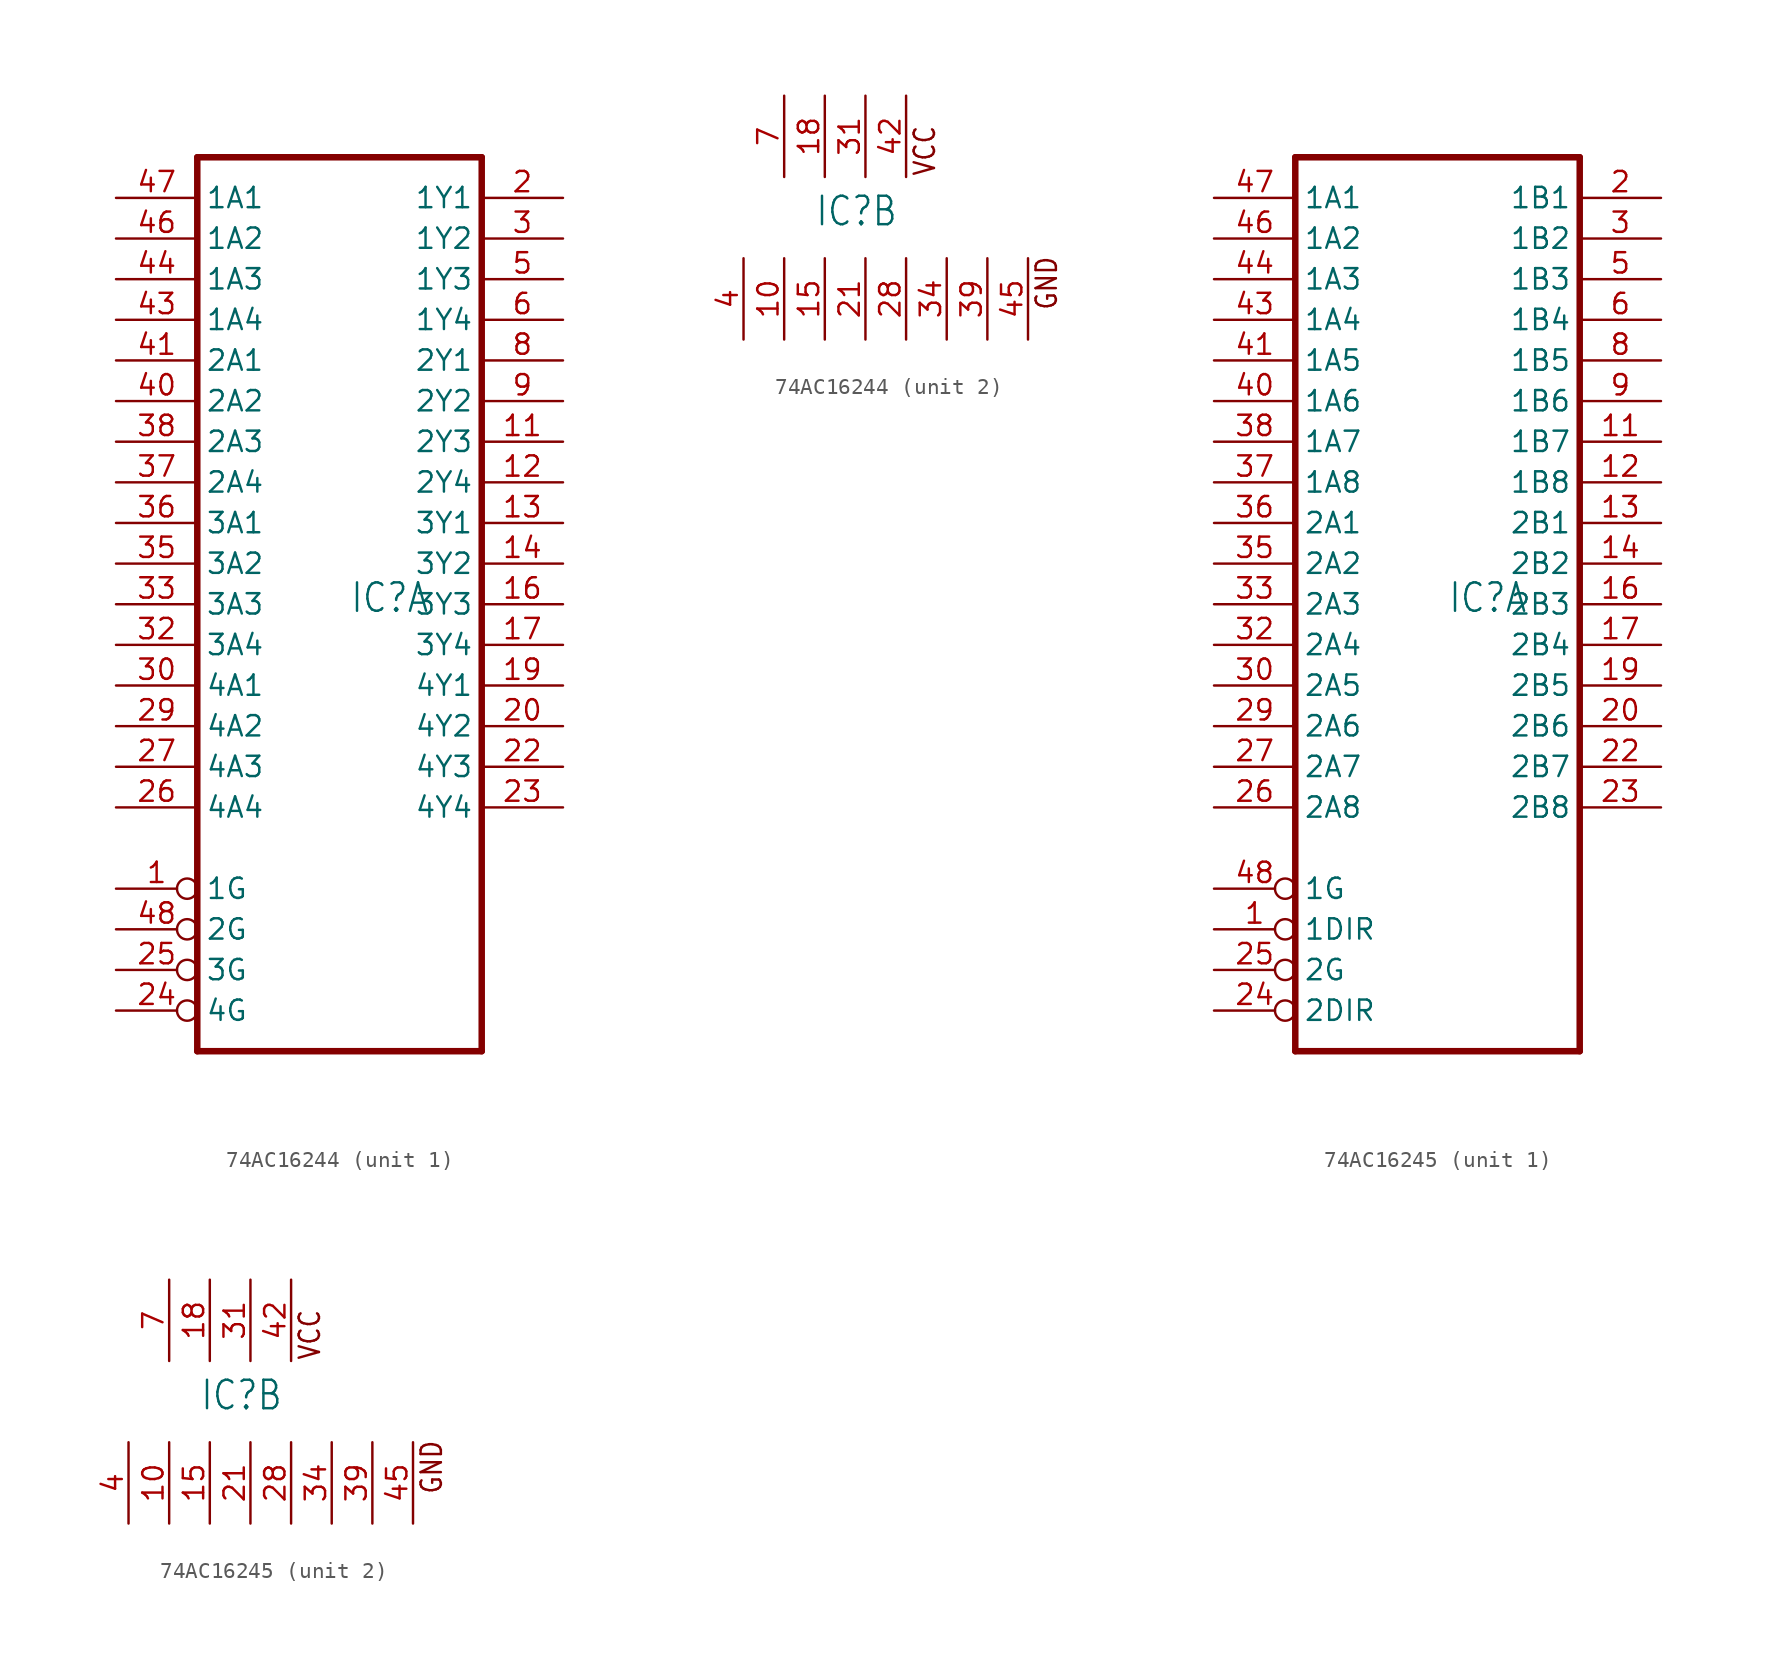
<source format=kicad_sym>
(kicad_symbol_lib
  (version 20231120)
  (generator "kicad_symbol_editor")
  (generator_version "8.0")
  (symbol "74AC16244"
    (property "Reference" "IC"
      (at -0.635 -0.635 0)
      (effects (font (size 1.778 1.511)) (justify left bottom)))
    (property "ki_locked" ""
      (at 0 0 0)
      (effects (font (size 1.27 1.27))))
    (symbol "74AC16244_1_0"
      (polyline (pts (xy -10.16 27.94) (xy -10.16 -27.94)) (stroke (width 0.406) (type solid)) (fill (type none)))
      (polyline (pts (xy -10.16 27.94) (xy 7.62 27.94)) (stroke (width 0.406) (type solid)) (fill (type none)))
      (polyline (pts (xy 7.62 -27.94) (xy -10.16 -27.94)) (stroke (width 0.406) (type solid)) (fill (type none)))
      (polyline (pts (xy 7.62 -27.94) (xy 7.62 27.94)) (stroke (width 0.406) (type solid)) (fill (type none)))
      (pin input inverted (at -15.24 -17.78 0) (length 5.08) (name "1G" (effects (font (size 1.27 1.27)))) (number "1" (effects (font (size 1.27 1.27)))))
      (pin tri_state line (at 12.7 10.16 180) (length 5.08) (name "2Y3" (effects (font (size 1.27 1.27)))) (number "11" (effects (font (size 1.27 1.27)))))
      (pin tri_state line (at 12.7 7.62 180) (length 5.08) (name "2Y4" (effects (font (size 1.27 1.27)))) (number "12" (effects (font (size 1.27 1.27)))))
      (pin tri_state line (at 12.7 5.08 180) (length 5.08) (name "3Y1" (effects (font (size 1.27 1.27)))) (number "13" (effects (font (size 1.27 1.27)))))
      (pin tri_state line (at 12.7 2.54 180) (length 5.08) (name "3Y2" (effects (font (size 1.27 1.27)))) (number "14" (effects (font (size 1.27 1.27)))))
      (pin tri_state line (at 12.7 0 180) (length 5.08) (name "3Y3" (effects (font (size 1.27 1.27)))) (number "16" (effects (font (size 1.27 1.27)))))
      (pin tri_state line (at 12.7 -2.54 180) (length 5.08) (name "3Y4" (effects (font (size 1.27 1.27)))) (number "17" (effects (font (size 1.27 1.27)))))
      (pin tri_state line (at 12.7 -5.08 180) (length 5.08) (name "4Y1" (effects (font (size 1.27 1.27)))) (number "19" (effects (font (size 1.27 1.27)))))
      (pin tri_state line (at 12.7 25.4 180) (length 5.08) (name "1Y1" (effects (font (size 1.27 1.27)))) (number "2" (effects (font (size 1.27 1.27)))))
      (pin tri_state line (at 12.7 -7.62 180) (length 5.08) (name "4Y2" (effects (font (size 1.27 1.27)))) (number "20" (effects (font (size 1.27 1.27)))))
      (pin tri_state line (at 12.7 -10.16 180) (length 5.08) (name "4Y3" (effects (font (size 1.27 1.27)))) (number "22" (effects (font (size 1.27 1.27)))))
      (pin tri_state line (at 12.7 -12.7 180) (length 5.08) (name "4Y4" (effects (font (size 1.27 1.27)))) (number "23" (effects (font (size 1.27 1.27)))))
      (pin input inverted (at -15.24 -25.4 0) (length 5.08) (name "4G" (effects (font (size 1.27 1.27)))) (number "24" (effects (font (size 1.27 1.27)))))
      (pin input inverted (at -15.24 -22.86 0) (length 5.08) (name "3G" (effects (font (size 1.27 1.27)))) (number "25" (effects (font (size 1.27 1.27)))))
      (pin input line (at -15.24 -12.7 0) (length 5.08) (name "4A4" (effects (font (size 1.27 1.27)))) (number "26" (effects (font (size 1.27 1.27)))))
      (pin input line (at -15.24 -10.16 0) (length 5.08) (name "4A3" (effects (font (size 1.27 1.27)))) (number "27" (effects (font (size 1.27 1.27)))))
      (pin input line (at -15.24 -7.62 0) (length 5.08) (name "4A2" (effects (font (size 1.27 1.27)))) (number "29" (effects (font (size 1.27 1.27)))))
      (pin tri_state line (at 12.7 22.86 180) (length 5.08) (name "1Y2" (effects (font (size 1.27 1.27)))) (number "3" (effects (font (size 1.27 1.27)))))
      (pin input line (at -15.24 -5.08 0) (length 5.08) (name "4A1" (effects (font (size 1.27 1.27)))) (number "30" (effects (font (size 1.27 1.27)))))
      (pin input line (at -15.24 -2.54 0) (length 5.08) (name "3A4" (effects (font (size 1.27 1.27)))) (number "32" (effects (font (size 1.27 1.27)))))
      (pin input line (at -15.24 0 0) (length 5.08) (name "3A3" (effects (font (size 1.27 1.27)))) (number "33" (effects (font (size 1.27 1.27)))))
      (pin input line (at -15.24 2.54 0) (length 5.08) (name "3A2" (effects (font (size 1.27 1.27)))) (number "35" (effects (font (size 1.27 1.27)))))
      (pin input line (at -15.24 5.08 0) (length 5.08) (name "3A1" (effects (font (size 1.27 1.27)))) (number "36" (effects (font (size 1.27 1.27)))))
      (pin input line (at -15.24 7.62 0) (length 5.08) (name "2A4" (effects (font (size 1.27 1.27)))) (number "37" (effects (font (size 1.27 1.27)))))
      (pin input line (at -15.24 10.16 0) (length 5.08) (name "2A3" (effects (font (size 1.27 1.27)))) (number "38" (effects (font (size 1.27 1.27)))))
      (pin input line (at -15.24 12.7 0) (length 5.08) (name "2A2" (effects (font (size 1.27 1.27)))) (number "40" (effects (font (size 1.27 1.27)))))
      (pin input line (at -15.24 15.24 0) (length 5.08) (name "2A1" (effects (font (size 1.27 1.27)))) (number "41" (effects (font (size 1.27 1.27)))))
      (pin input line (at -15.24 17.78 0) (length 5.08) (name "1A4" (effects (font (size 1.27 1.27)))) (number "43" (effects (font (size 1.27 1.27)))))
      (pin input line (at -15.24 20.32 0) (length 5.08) (name "1A3" (effects (font (size 1.27 1.27)))) (number "44" (effects (font (size 1.27 1.27)))))
      (pin input line (at -15.24 22.86 0) (length 5.08) (name "1A2" (effects (font (size 1.27 1.27)))) (number "46" (effects (font (size 1.27 1.27)))))
      (pin input line (at -15.24 25.4 0) (length 5.08) (name "1A1" (effects (font (size 1.27 1.27)))) (number "47" (effects (font (size 1.27 1.27)))))
      (pin input inverted (at -15.24 -20.32 0) (length 5.08) (name "2G" (effects (font (size 1.27 1.27)))) (number "48" (effects (font (size 1.27 1.27)))))
      (pin tri_state line (at 12.7 20.32 180) (length 5.08) (name "1Y3" (effects (font (size 1.27 1.27)))) (number "5" (effects (font (size 1.27 1.27)))))
      (pin tri_state line (at 12.7 17.78 180) (length 5.08) (name "1Y4" (effects (font (size 1.27 1.27)))) (number "6" (effects (font (size 1.27 1.27)))))
      (pin tri_state line (at 12.7 15.24 180) (length 5.08) (name "2Y1" (effects (font (size 1.27 1.27)))) (number "8" (effects (font (size 1.27 1.27)))))
      (pin tri_state line (at 12.7 12.7 180) (length 5.08) (name "2Y2" (effects (font (size 1.27 1.27)))) (number "9" (effects (font (size 1.27 1.27))))))
    (symbol "74AC16244_2_0"
      (text "GND" (at 14.605 -5.842 900) (effects (font (size 1.27 1.079)) (justify left bottom)))
      (text "VCC" (at 6.985 2.54 900) (effects (font (size 1.27 1.079)) (justify left bottom)))
      (pin power_in line (at -2.54 -7.62 90) (length 5.08) (name "GND@2" (effects (font (size 0 0)))) (number "10" (effects (font (size 1.27 1.27)))))
      (pin power_in line (at 0 -7.62 90) (length 5.08) (name "GND@3" (effects (font (size 0 0)))) (number "15" (effects (font (size 1.27 1.27)))))
      (pin power_in line (at 0 7.62 270) (length 5.08) (name "VCC@2" (effects (font (size 0 0)))) (number "18" (effects (font (size 1.27 1.27)))))
      (pin power_in line (at 2.54 -7.62 90) (length 5.08) (name "GND@4" (effects (font (size 0 0)))) (number "21" (effects (font (size 1.27 1.27)))))
      (pin power_in line (at 5.08 -7.62 90) (length 5.08) (name "GND@5" (effects (font (size 0 0)))) (number "28" (effects (font (size 1.27 1.27)))))
      (pin power_in line (at 2.54 7.62 270) (length 5.08) (name "VCC@3" (effects (font (size 0 0)))) (number "31" (effects (font (size 1.27 1.27)))))
      (pin power_in line (at 7.62 -7.62 90) (length 5.08) (name "GND@6" (effects (font (size 0 0)))) (number "34" (effects (font (size 1.27 1.27)))))
      (pin power_in line (at 10.16 -7.62 90) (length 5.08) (name "GND@7" (effects (font (size 0 0)))) (number "39" (effects (font (size 1.27 1.27)))))
      (pin power_in line (at -5.08 -7.62 90) (length 5.08) (name "GND@1" (effects (font (size 0 0)))) (number "4" (effects (font (size 1.27 1.27)))))
      (pin power_in line (at 5.08 7.62 270) (length 5.08) (name "VCC@4" (effects (font (size 0 0)))) (number "42" (effects (font (size 1.27 1.27)))))
      (pin power_in line (at 12.7 -7.62 90) (length 5.08) (name "GND@8" (effects (font (size 0 0)))) (number "45" (effects (font (size 1.27 1.27)))))
      (pin power_in line (at -2.54 7.62 270) (length 5.08) (name "VCC@1" (effects (font (size 0 0)))) (number "7" (effects (font (size 1.27 1.27)))))))
  (symbol "74AC16245"
    (property "Reference" "IC"
      (at -0.635 -0.635 0)
      (effects (font (size 1.778 1.511)) (justify left bottom)))
    (property "ki_locked" ""
      (at 0 0 0)
      (effects (font (size 1.27 1.27))))
    (symbol "74AC16245_1_0"
      (polyline (pts (xy -10.16 27.94) (xy -10.16 -27.94)) (stroke (width 0.406) (type solid)) (fill (type none)))
      (polyline (pts (xy -10.16 27.94) (xy 7.62 27.94)) (stroke (width 0.406) (type solid)) (fill (type none)))
      (polyline (pts (xy 7.62 -27.94) (xy -10.16 -27.94)) (stroke (width 0.406) (type solid)) (fill (type none)))
      (polyline (pts (xy 7.62 -27.94) (xy 7.62 27.94)) (stroke (width 0.406) (type solid)) (fill (type none)))
      (pin input inverted (at -15.24 -20.32 0) (length 5.08) (name "1DIR" (effects (font (size 1.27 1.27)))) (number "1" (effects (font (size 1.27 1.27)))))
      (pin bidirectional line (at 12.7 10.16 180) (length 5.08) (name "1B7" (effects (font (size 1.27 1.27)))) (number "11" (effects (font (size 1.27 1.27)))))
      (pin bidirectional line (at 12.7 7.62 180) (length 5.08) (name "1B8" (effects (font (size 1.27 1.27)))) (number "12" (effects (font (size 1.27 1.27)))))
      (pin bidirectional line (at 12.7 5.08 180) (length 5.08) (name "2B1" (effects (font (size 1.27 1.27)))) (number "13" (effects (font (size 1.27 1.27)))))
      (pin bidirectional line (at 12.7 2.54 180) (length 5.08) (name "2B2" (effects (font (size 1.27 1.27)))) (number "14" (effects (font (size 1.27 1.27)))))
      (pin bidirectional line (at 12.7 0 180) (length 5.08) (name "2B3" (effects (font (size 1.27 1.27)))) (number "16" (effects (font (size 1.27 1.27)))))
      (pin bidirectional line (at 12.7 -2.54 180) (length 5.08) (name "2B4" (effects (font (size 1.27 1.27)))) (number "17" (effects (font (size 1.27 1.27)))))
      (pin bidirectional line (at 12.7 -5.08 180) (length 5.08) (name "2B5" (effects (font (size 1.27 1.27)))) (number "19" (effects (font (size 1.27 1.27)))))
      (pin bidirectional line (at 12.7 25.4 180) (length 5.08) (name "1B1" (effects (font (size 1.27 1.27)))) (number "2" (effects (font (size 1.27 1.27)))))
      (pin bidirectional line (at 12.7 -7.62 180) (length 5.08) (name "2B6" (effects (font (size 1.27 1.27)))) (number "20" (effects (font (size 1.27 1.27)))))
      (pin bidirectional line (at 12.7 -10.16 180) (length 5.08) (name "2B7" (effects (font (size 1.27 1.27)))) (number "22" (effects (font (size 1.27 1.27)))))
      (pin bidirectional line (at 12.7 -12.7 180) (length 5.08) (name "2B8" (effects (font (size 1.27 1.27)))) (number "23" (effects (font (size 1.27 1.27)))))
      (pin input inverted (at -15.24 -25.4 0) (length 5.08) (name "2DIR" (effects (font (size 1.27 1.27)))) (number "24" (effects (font (size 1.27 1.27)))))
      (pin input inverted (at -15.24 -22.86 0) (length 5.08) (name "2G" (effects (font (size 1.27 1.27)))) (number "25" (effects (font (size 1.27 1.27)))))
      (pin bidirectional line (at -15.24 -12.7 0) (length 5.08) (name "2A8" (effects (font (size 1.27 1.27)))) (number "26" (effects (font (size 1.27 1.27)))))
      (pin bidirectional line (at -15.24 -10.16 0) (length 5.08) (name "2A7" (effects (font (size 1.27 1.27)))) (number "27" (effects (font (size 1.27 1.27)))))
      (pin bidirectional line (at -15.24 -7.62 0) (length 5.08) (name "2A6" (effects (font (size 1.27 1.27)))) (number "29" (effects (font (size 1.27 1.27)))))
      (pin bidirectional line (at 12.7 22.86 180) (length 5.08) (name "1B2" (effects (font (size 1.27 1.27)))) (number "3" (effects (font (size 1.27 1.27)))))
      (pin bidirectional line (at -15.24 -5.08 0) (length 5.08) (name "2A5" (effects (font (size 1.27 1.27)))) (number "30" (effects (font (size 1.27 1.27)))))
      (pin bidirectional line (at -15.24 -2.54 0) (length 5.08) (name "2A4" (effects (font (size 1.27 1.27)))) (number "32" (effects (font (size 1.27 1.27)))))
      (pin bidirectional line (at -15.24 0 0) (length 5.08) (name "2A3" (effects (font (size 1.27 1.27)))) (number "33" (effects (font (size 1.27 1.27)))))
      (pin bidirectional line (at -15.24 2.54 0) (length 5.08) (name "2A2" (effects (font (size 1.27 1.27)))) (number "35" (effects (font (size 1.27 1.27)))))
      (pin bidirectional line (at -15.24 5.08 0) (length 5.08) (name "2A1" (effects (font (size 1.27 1.27)))) (number "36" (effects (font (size 1.27 1.27)))))
      (pin bidirectional line (at -15.24 7.62 0) (length 5.08) (name "1A8" (effects (font (size 1.27 1.27)))) (number "37" (effects (font (size 1.27 1.27)))))
      (pin bidirectional line (at -15.24 10.16 0) (length 5.08) (name "1A7" (effects (font (size 1.27 1.27)))) (number "38" (effects (font (size 1.27 1.27)))))
      (pin bidirectional line (at -15.24 12.7 0) (length 5.08) (name "1A6" (effects (font (size 1.27 1.27)))) (number "40" (effects (font (size 1.27 1.27)))))
      (pin bidirectional line (at -15.24 15.24 0) (length 5.08) (name "1A5" (effects (font (size 1.27 1.27)))) (number "41" (effects (font (size 1.27 1.27)))))
      (pin bidirectional line (at -15.24 17.78 0) (length 5.08) (name "1A4" (effects (font (size 1.27 1.27)))) (number "43" (effects (font (size 1.27 1.27)))))
      (pin bidirectional line (at -15.24 20.32 0) (length 5.08) (name "1A3" (effects (font (size 1.27 1.27)))) (number "44" (effects (font (size 1.27 1.27)))))
      (pin bidirectional line (at -15.24 22.86 0) (length 5.08) (name "1A2" (effects (font (size 1.27 1.27)))) (number "46" (effects (font (size 1.27 1.27)))))
      (pin bidirectional line (at -15.24 25.4 0) (length 5.08) (name "1A1" (effects (font (size 1.27 1.27)))) (number "47" (effects (font (size 1.27 1.27)))))
      (pin input inverted (at -15.24 -17.78 0) (length 5.08) (name "1G" (effects (font (size 1.27 1.27)))) (number "48" (effects (font (size 1.27 1.27)))))
      (pin bidirectional line (at 12.7 20.32 180) (length 5.08) (name "1B3" (effects (font (size 1.27 1.27)))) (number "5" (effects (font (size 1.27 1.27)))))
      (pin bidirectional line (at 12.7 17.78 180) (length 5.08) (name "1B4" (effects (font (size 1.27 1.27)))) (number "6" (effects (font (size 1.27 1.27)))))
      (pin bidirectional line (at 12.7 15.24 180) (length 5.08) (name "1B5" (effects (font (size 1.27 1.27)))) (number "8" (effects (font (size 1.27 1.27)))))
      (pin bidirectional line (at 12.7 12.7 180) (length 5.08) (name "1B6" (effects (font (size 1.27 1.27)))) (number "9" (effects (font (size 1.27 1.27))))))
    (symbol "74AC16245_2_0"
      (text "GND" (at 14.605 -5.842 900) (effects (font (size 1.27 1.079)) (justify left bottom)))
      (text "VCC" (at 6.985 2.54 900) (effects (font (size 1.27 1.079)) (justify left bottom)))
      (pin power_in line (at -2.54 -7.62 90) (length 5.08) (name "GND@2" (effects (font (size 0 0)))) (number "10" (effects (font (size 1.27 1.27)))))
      (pin power_in line (at 0 -7.62 90) (length 5.08) (name "GND@3" (effects (font (size 0 0)))) (number "15" (effects (font (size 1.27 1.27)))))
      (pin power_in line (at 0 7.62 270) (length 5.08) (name "VCC@2" (effects (font (size 0 0)))) (number "18" (effects (font (size 1.27 1.27)))))
      (pin power_in line (at 2.54 -7.62 90) (length 5.08) (name "GND@4" (effects (font (size 0 0)))) (number "21" (effects (font (size 1.27 1.27)))))
      (pin power_in line (at 5.08 -7.62 90) (length 5.08) (name "GND@5" (effects (font (size 0 0)))) (number "28" (effects (font (size 1.27 1.27)))))
      (pin power_in line (at 2.54 7.62 270) (length 5.08) (name "VCC@3" (effects (font (size 0 0)))) (number "31" (effects (font (size 1.27 1.27)))))
      (pin power_in line (at 7.62 -7.62 90) (length 5.08) (name "GND@6" (effects (font (size 0 0)))) (number "34" (effects (font (size 1.27 1.27)))))
      (pin power_in line (at 10.16 -7.62 90) (length 5.08) (name "GND@7" (effects (font (size 0 0)))) (number "39" (effects (font (size 1.27 1.27)))))
      (pin power_in line (at -5.08 -7.62 90) (length 5.08) (name "GND@1" (effects (font (size 0 0)))) (number "4" (effects (font (size 1.27 1.27)))))
      (pin power_in line (at 5.08 7.62 270) (length 5.08) (name "VCC@4" (effects (font (size 0 0)))) (number "42" (effects (font (size 1.27 1.27)))))
      (pin power_in line (at 12.7 -7.62 90) (length 5.08) (name "GND@8" (effects (font (size 0 0)))) (number "45" (effects (font (size 1.27 1.27)))))
      (pin power_in line (at -2.54 7.62 270) (length 5.08) (name "VCC@1" (effects (font (size 0 0)))) (number "7" (effects (font (size 1.27 1.27))))))))
</source>
